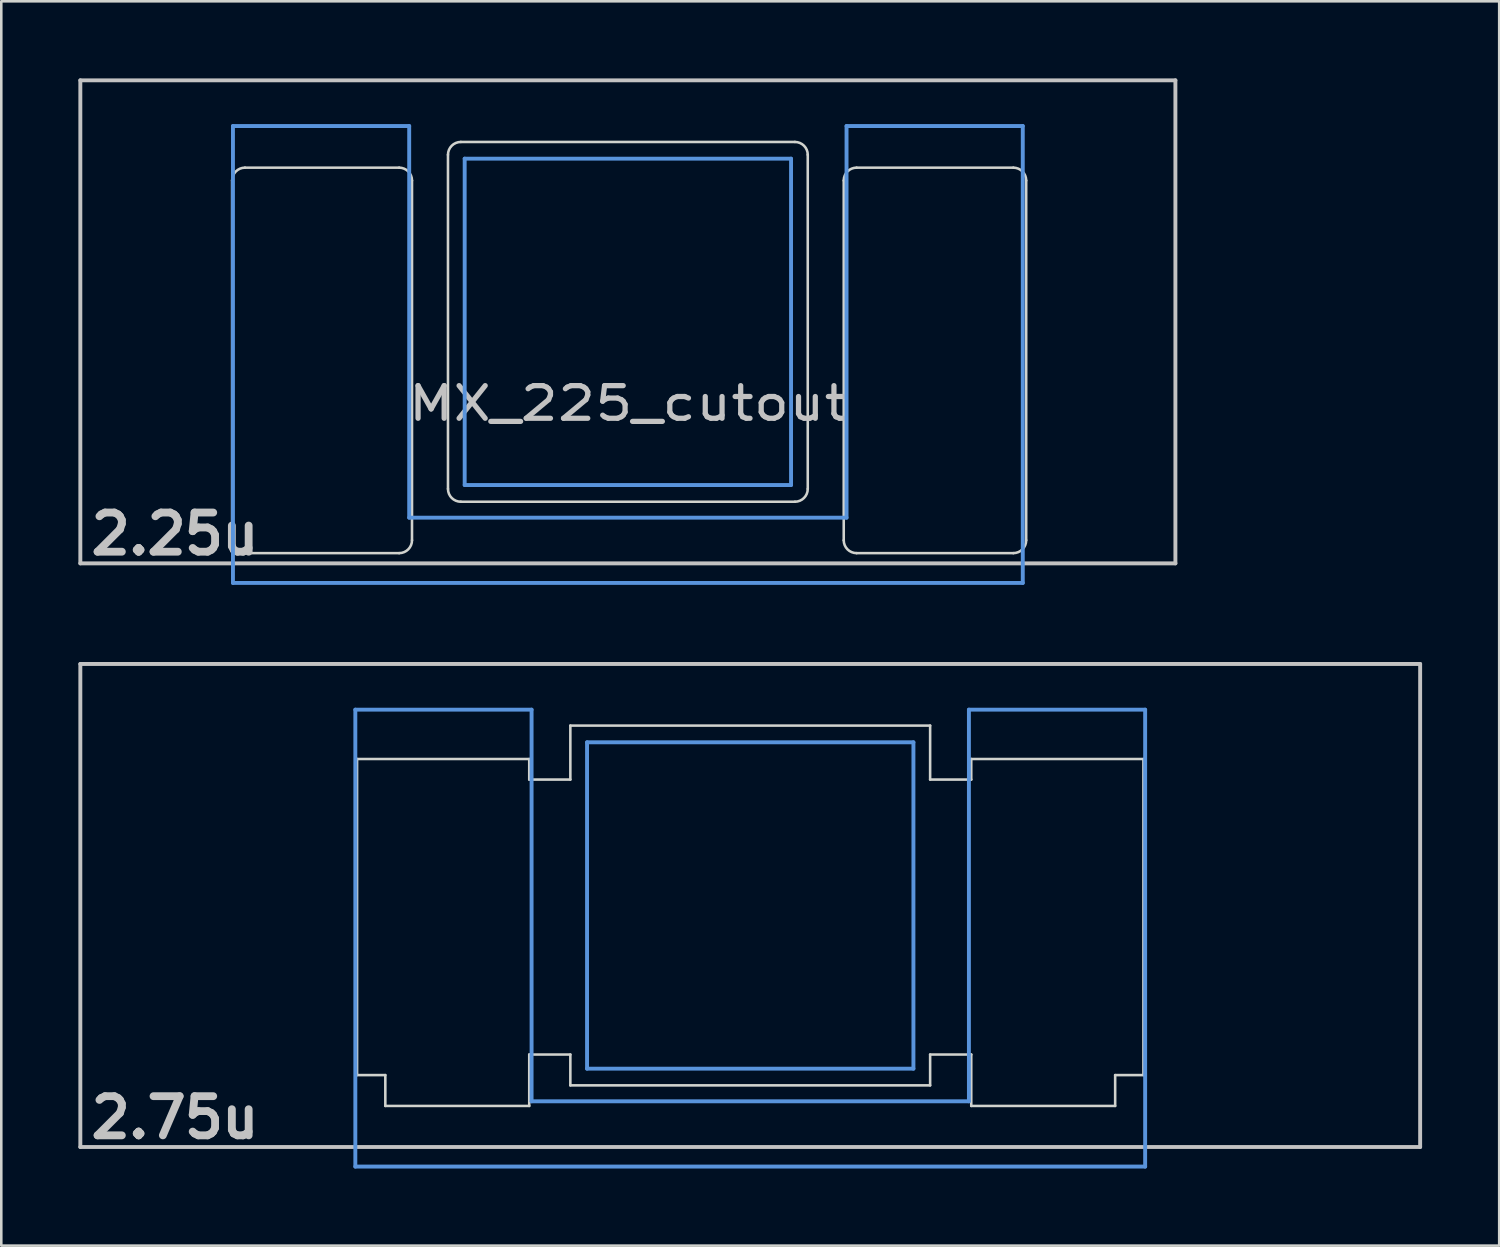
<source format=kicad_pcb>
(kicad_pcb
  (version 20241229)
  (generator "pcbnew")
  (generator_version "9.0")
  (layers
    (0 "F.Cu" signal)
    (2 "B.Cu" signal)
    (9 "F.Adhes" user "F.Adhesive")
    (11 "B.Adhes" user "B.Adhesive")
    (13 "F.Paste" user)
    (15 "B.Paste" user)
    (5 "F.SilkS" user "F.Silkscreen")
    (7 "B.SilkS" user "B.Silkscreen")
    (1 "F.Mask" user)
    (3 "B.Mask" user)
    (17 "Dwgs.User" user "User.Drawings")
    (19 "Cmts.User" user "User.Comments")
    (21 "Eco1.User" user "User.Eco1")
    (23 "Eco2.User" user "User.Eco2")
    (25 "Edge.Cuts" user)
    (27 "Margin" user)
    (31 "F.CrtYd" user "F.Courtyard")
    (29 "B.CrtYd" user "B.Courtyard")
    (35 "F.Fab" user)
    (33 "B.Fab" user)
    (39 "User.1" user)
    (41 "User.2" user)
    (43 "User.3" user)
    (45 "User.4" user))
  (footprint "MX_225_cutout"
    (layer "F.Cu")
    (at 21.382 9.474)
    (property "Reference" "MX_225_cutout" (at 0 3.175 0) (layer "Dwgs.User") (effects (font (size 1.27 1.524) (thickness 0.203))))
    (attr through_hole)
    (fp_line (start -21.306 -9.398) (end 21.306 -9.398) (stroke (width 0.152) (type solid)) (layer "Dwgs.User"))
    (fp_line (start -21.306 9.398) (end -21.306 -9.398) (stroke (width 0.152) (type solid)) (layer "Dwgs.User"))
    (fp_line (start 21.306 -9.398) (end 21.306 9.398) (stroke (width 0.152) (type solid)) (layer "Dwgs.User"))
    (fp_line (start 21.306 9.398) (end -21.306 9.398) (stroke (width 0.152) (type solid)) (layer "Dwgs.User"))
    (fp_line (start -15.367 -7.62) (end -15.367 10.16) (stroke (width 0.152) (type solid)) (layer "Cmts.User"))
    (fp_line (start -15.367 10.16) (end 15.367 10.16) (stroke (width 0.152) (type solid)) (layer "Cmts.User"))
    (fp_line (start -8.509 -7.62) (end -15.367 -7.62) (stroke (width 0.152) (type solid)) (layer "Cmts.User"))
    (fp_line (start -8.509 7.62) (end -8.509 -7.62) (stroke (width 0.152) (type solid)) (layer "Cmts.User"))
    (fp_line (start -6.35 -6.35) (end 6.35 -6.35) (stroke (width 0.152) (type solid)) (layer "Cmts.User"))
    (fp_line (start -6.35 6.35) (end -6.35 -6.35) (stroke (width 0.152) (type solid)) (layer "Cmts.User"))
    (fp_line (start 6.35 -6.35) (end 6.35 6.35) (stroke (width 0.152) (type solid)) (layer "Cmts.User"))
    (fp_line (start 6.35 6.35) (end -6.35 6.35) (stroke (width 0.152) (type solid)) (layer "Cmts.User"))
    (fp_line (start 8.509 -7.62) (end 8.509 7.62) (stroke (width 0.152) (type solid)) (layer "Cmts.User"))
    (fp_line (start 8.509 7.62) (end -8.509 7.62) (stroke (width 0.152) (type solid)) (layer "Cmts.User"))
    (fp_line (start 15.367 -7.62) (end 8.509 -7.62) (stroke (width 0.152) (type solid)) (layer "Cmts.User"))
    (fp_line (start 15.367 10.16) (end 15.367 -7.62) (stroke (width 0.152) (type solid)) (layer "Cmts.User"))
    (fp_line (start -16.129 -2.286) (end -15.265 -2.286) (stroke (width 0.152) (type solid)) (layer "Eco2.User"))
    (fp_line (start -16.129 0.508) (end -16.129 -2.286) (stroke (width 0.152) (type solid)) (layer "Eco2.User"))
    (fp_line (start -15.265 -5.69) (end -8.611 -5.69) (stroke (width 0.152) (type solid)) (layer "Eco2.User"))
    (fp_line (start -15.265 -2.286) (end -15.265 -5.69) (stroke (width 0.152) (type solid)) (layer "Eco2.User"))
    (fp_line (start -15.265 0.508) (end -16.129 0.508) (stroke (width 0.152) (type solid)) (layer "Eco2.User"))
    (fp_line (start -15.265 6.604) (end -15.265 0.508) (stroke (width 0.152) (type solid)) (layer "Eco2.User"))
    (fp_line (start -14.224 6.604) (end -15.265 6.604) (stroke (width 0.152) (type solid)) (layer "Eco2.User"))
    (fp_line (start -14.224 7.772) (end -14.224 6.604) (stroke (width 0.152) (type solid)) (layer "Eco2.User"))
    (fp_line (start -9.652 6.604) (end -9.652 7.772) (stroke (width 0.152) (type solid)) (layer "Eco2.User"))
    (fp_line (start -9.652 7.772) (end -14.224 7.772) (stroke (width 0.152) (type solid)) (layer "Eco2.User"))
    (fp_line (start -8.611 -5.69) (end -8.611 -4.877) (stroke (width 0.152) (type solid)) (layer "Eco2.User"))
    (fp_line (start -8.611 -4.877) (end -6.985 -4.877) (stroke (width 0.152) (type solid)) (layer "Eco2.User"))
    (fp_line (start -8.611 5.817) (end -8.611 6.604) (stroke (width 0.152) (type solid)) (layer "Eco2.User"))
    (fp_line (start -8.611 6.604) (end -9.652 6.604) (stroke (width 0.152) (type solid)) (layer "Eco2.User"))
    (fp_line (start -6.985 -6.985) (end 6.985 -6.985) (stroke (width 0.152) (type solid)) (layer "Eco2.User"))
    (fp_line (start -6.985 -4.877) (end -6.985 -6.985) (stroke (width 0.152) (type solid)) (layer "Eco2.User"))
    (fp_line (start -6.985 5.817) (end -8.611 5.817) (stroke (width 0.152) (type solid)) (layer "Eco2.User"))
    (fp_line (start -6.985 6.985) (end -6.985 5.817) (stroke (width 0.152) (type solid)) (layer "Eco2.User"))
    (fp_line (start 6.985 -6.985) (end 6.985 -4.877) (stroke (width 0.152) (type solid)) (layer "Eco2.User"))
    (fp_line (start 6.985 -4.877) (end 8.611 -4.877) (stroke (width 0.152) (type solid)) (layer "Eco2.User"))
    (fp_line (start 6.985 5.817) (end 6.985 6.985) (stroke (width 0.152) (type solid)) (layer "Eco2.User"))
    (fp_line (start 6.985 6.985) (end -6.985 6.985) (stroke (width 0.152) (type solid)) (layer "Eco2.User"))
    (fp_line (start 8.611 -5.69) (end 15.265 -5.69) (stroke (width 0.152) (type solid)) (layer "Eco2.User"))
    (fp_line (start 8.611 -4.877) (end 8.611 -5.69) (stroke (width 0.152) (type solid)) (layer "Eco2.User"))
    (fp_line (start 8.611 5.817) (end 6.985 5.817) (stroke (width 0.152) (type solid)) (layer "Eco2.User"))
    (fp_line (start 8.611 6.604) (end 8.611 5.817) (stroke (width 0.152) (type solid)) (layer "Eco2.User"))
    (fp_line (start 9.652 6.604) (end 8.611 6.604) (stroke (width 0.152) (type solid)) (layer "Eco2.User"))
    (fp_line (start 9.652 7.772) (end 9.652 6.604) (stroke (width 0.152) (type solid)) (layer "Eco2.User"))
    (fp_line (start 14.224 6.604) (end 14.224 7.772) (stroke (width 0.152) (type solid)) (layer "Eco2.User"))
    (fp_line (start 14.224 7.772) (end 9.652 7.772) (stroke (width 0.152) (type solid)) (layer "Eco2.User"))
    (fp_line (start 15.265 -5.69) (end 15.265 -2.286) (stroke (width 0.152) (type solid)) (layer "Eco2.User"))
    (fp_line (start 15.265 -2.286) (end 16.129 -2.286) (stroke (width 0.152) (type solid)) (layer "Eco2.User"))
    (fp_line (start 15.265 0.508) (end 15.265 6.604) (stroke (width 0.152) (type solid)) (layer "Eco2.User"))
    (fp_line (start 15.265 6.604) (end 14.224 6.604) (stroke (width 0.152) (type solid)) (layer "Eco2.User"))
    (fp_line (start 16.129 -2.286) (end 16.129 0.508) (stroke (width 0.152) (type solid)) (layer "Eco2.User"))
    (fp_line (start 16.129 0.508) (end 15.265 0.508) (stroke (width 0.152) (type solid)) (layer "Eco2.User"))
    (fp_line (start -15.4 -5.5) (end -15.4 8.5) (stroke (width 0.1) (type solid)) (layer "Edge.Cuts"))
    (fp_line (start -14.9 9) (end -8.9 9) (stroke (width 0.1) (type solid)) (layer "Edge.Cuts"))
    (fp_line (start -8.9 -6) (end -14.9 -6) (stroke (width 0.1) (type solid)) (layer "Edge.Cuts"))
    (fp_line (start -8.4 -5.5) (end -8.4 8.5) (stroke (width 0.1) (type solid)) (layer "Edge.Cuts"))
    (fp_line (start -7 -6.5) (end -7 6.5) (stroke (width 0.1) (type solid)) (layer "Edge.Cuts"))
    (fp_line (start -6.5 7) (end 6.5 7) (stroke (width 0.1) (type solid)) (layer "Edge.Cuts"))
    (fp_line (start 6.5 -7) (end -6.5 -7) (stroke (width 0.1) (type solid)) (layer "Edge.Cuts"))
    (fp_line (start 7 -6.5) (end 7 6.5) (stroke (width 0.1) (type solid)) (layer "Edge.Cuts"))
    (fp_line (start 8.4 -5.5) (end 8.4 8.5) (stroke (width 0.1) (type solid)) (layer "Edge.Cuts"))
    (fp_line (start 8.9 9) (end 15 9) (stroke (width 0.1) (type solid)) (layer "Edge.Cuts"))
    (fp_line (start 15 -6) (end 8.9 -6) (stroke (width 0.1) (type solid)) (layer "Edge.Cuts"))
    (fp_line (start 15.5 8.5) (end 15.5 -5.5) (stroke (width 0.1) (type solid)) (layer "Edge.Cuts"))
    (fp_arc (start -15.400002 -5.500002) (mid -15.253555 -5.853555) (end -14.900002 -6.000002) (stroke (width 0.1) (type solid)) (layer "Edge.Cuts"))
    (fp_arc (start -14.9 9) (mid -15.253553 8.853553) (end -15.4 8.5) (stroke (width 0.1) (type solid)) (layer "Edge.Cuts"))
    (fp_arc (start -8.899999 -6.000001) (mid -8.546446 -5.853554) (end -8.399999 -5.500001) (stroke (width 0.1) (type solid)) (layer "Edge.Cuts"))
    (fp_arc (start -8.399999 8.500001) (mid -8.546446 8.853554) (end -8.899999 9.000001) (stroke (width 0.1) (type solid)) (layer "Edge.Cuts"))
    (fp_arc (start -7.000001 -6.500001) (mid -6.853554 -6.853554) (end -6.500001 -7.000001) (stroke (width 0.1) (type solid)) (layer "Edge.Cuts"))
    (fp_arc (start -6.500001 7.000001) (mid -6.853554 6.853554) (end -7.000001 6.500001) (stroke (width 0.1) (type solid)) (layer "Edge.Cuts"))
    (fp_arc (start 6.5 -7) (mid 6.853553 -6.853553) (end 7 -6.5) (stroke (width 0.1) (type solid)) (layer "Edge.Cuts"))
    (fp_arc (start 7.000001 6.500001) (mid 6.853554 6.853554) (end 6.500001 7.000001) (stroke (width 0.1) (type solid)) (layer "Edge.Cuts"))
    (fp_arc (start 8.4 -5.5) (mid 8.546447 -5.853553) (end 8.9 -6) (stroke (width 0.1) (type solid)) (layer "Edge.Cuts"))
    (fp_arc (start 8.900002 9.000002) (mid 8.546449 8.853555) (end 8.400002 8.500002) (stroke (width 0.1) (type solid)) (layer "Edge.Cuts"))
    (fp_arc (start 15 -6.000001) (mid 15.353553 -5.853554) (end 15.5 -5.500001) (stroke (width 0.1) (type solid)) (layer "Edge.Cuts"))
    (fp_arc (start 15.5 8.5) (mid 15.353553 8.853553) (end 15 9) (stroke (width 0.1) (type solid)) (layer "Edge.Cuts"))
    (fp_text user "2.25u" (at -17.623 8.255 0) (layer "Dwgs.User") (effects (font (size 1.524 1.524) (thickness 0.305)))))
  (footprint "MX_275_cutout"
    (layer "F.Cu")
    (at 26.144 32.185)
    (property "Reference" "MX_275_cutout" (at 0 3.175 0) (layer "User.2") (effects (font (size 1.27 1.524) (thickness 0.203))))
    (attr through_hole)
    (fp_line (start -26.068 -9.398) (end 26.068 -9.398) (stroke (width 0.152) (type solid)) (layer "Dwgs.User"))
    (fp_line (start -26.068 9.398) (end -26.068 -9.398) (stroke (width 0.152) (type solid)) (layer "Dwgs.User"))
    (fp_line (start 26.068 -9.398) (end 26.068 9.398) (stroke (width 0.152) (type solid)) (layer "Dwgs.User"))
    (fp_line (start 26.068 9.398) (end -26.068 9.398) (stroke (width 0.152) (type solid)) (layer "Dwgs.User"))
    (fp_line (start -15.367 -7.62) (end -15.367 10.16) (stroke (width 0.152) (type solid)) (layer "Cmts.User"))
    (fp_line (start -15.367 10.16) (end 15.367 10.16) (stroke (width 0.152) (type solid)) (layer "Cmts.User"))
    (fp_line (start -8.509 -7.62) (end -15.367 -7.62) (stroke (width 0.152) (type solid)) (layer "Cmts.User"))
    (fp_line (start -8.509 7.62) (end -8.509 -7.62) (stroke (width 0.152) (type solid)) (layer "Cmts.User"))
    (fp_line (start -6.35 -6.35) (end 6.35 -6.35) (stroke (width 0.152) (type solid)) (layer "Cmts.User"))
    (fp_line (start -6.35 6.35) (end -6.35 -6.35) (stroke (width 0.152) (type solid)) (layer "Cmts.User"))
    (fp_line (start 6.35 -6.35) (end 6.35 6.35) (stroke (width 0.152) (type solid)) (layer "Cmts.User"))
    (fp_line (start 6.35 6.35) (end -6.35 6.35) (stroke (width 0.152) (type solid)) (layer "Cmts.User"))
    (fp_line (start 8.509 -7.62) (end 8.509 7.62) (stroke (width 0.152) (type solid)) (layer "Cmts.User"))
    (fp_line (start 8.509 7.62) (end -8.509 7.62) (stroke (width 0.152) (type solid)) (layer "Cmts.User"))
    (fp_line (start 15.367 -7.62) (end 8.509 -7.62) (stroke (width 0.152) (type solid)) (layer "Cmts.User"))
    (fp_line (start 15.367 10.16) (end 15.367 -7.62) (stroke (width 0.152) (type solid)) (layer "Cmts.User"))
    (fp_line (start -16.129 -2.286) (end -15.265 -2.286) (stroke (width 0.152) (type solid)) (layer "Eco2.User"))
    (fp_line (start -16.129 0.508) (end -16.129 -2.286) (stroke (width 0.152) (type solid)) (layer "Eco2.User"))
    (fp_line (start -15.265 -5.69) (end -8.611 -5.69) (stroke (width 0.152) (type solid)) (layer "Eco2.User"))
    (fp_line (start -15.265 -2.286) (end -15.265 -5.69) (stroke (width 0.152) (type solid)) (layer "Eco2.User"))
    (fp_line (start -15.265 0.508) (end -16.129 0.508) (stroke (width 0.152) (type solid)) (layer "Eco2.User"))
    (fp_line (start -15.265 6.604) (end -15.265 0.508) (stroke (width 0.152) (type solid)) (layer "Eco2.User"))
    (fp_line (start -14.224 6.604) (end -15.265 6.604) (stroke (width 0.152) (type solid)) (layer "Eco2.User"))
    (fp_line (start -14.224 7.772) (end -14.224 6.604) (stroke (width 0.152) (type solid)) (layer "Eco2.User"))
    (fp_line (start -9.652 6.604) (end -9.652 7.772) (stroke (width 0.152) (type solid)) (layer "Eco2.User"))
    (fp_line (start -9.652 7.772) (end -14.224 7.772) (stroke (width 0.152) (type solid)) (layer "Eco2.User"))
    (fp_line (start -8.611 -5.69) (end -8.611 -4.877) (stroke (width 0.152) (type solid)) (layer "Eco2.User"))
    (fp_line (start -8.611 -4.877) (end -6.985 -4.877) (stroke (width 0.152) (type solid)) (layer "Eco2.User"))
    (fp_line (start -8.611 5.817) (end -8.611 6.604) (stroke (width 0.152) (type solid)) (layer "Eco2.User"))
    (fp_line (start -8.611 6.604) (end -9.652 6.604) (stroke (width 0.152) (type solid)) (layer "Eco2.User"))
    (fp_line (start -6.985 -6.985) (end 6.985 -6.985) (stroke (width 0.152) (type solid)) (layer "Eco2.User"))
    (fp_line (start -6.985 -4.877) (end -6.985 -6.985) (stroke (width 0.152) (type solid)) (layer "Eco2.User"))
    (fp_line (start -6.985 5.817) (end -8.611 5.817) (stroke (width 0.152) (type solid)) (layer "Eco2.User"))
    (fp_line (start -6.985 6.985) (end -6.985 5.817) (stroke (width 0.152) (type solid)) (layer "Eco2.User"))
    (fp_line (start 6.985 -6.985) (end 6.985 -4.877) (stroke (width 0.152) (type solid)) (layer "Eco2.User"))
    (fp_line (start 6.985 -4.877) (end 8.611 -4.877) (stroke (width 0.152) (type solid)) (layer "Eco2.User"))
    (fp_line (start 6.985 5.817) (end 6.985 6.985) (stroke (width 0.152) (type solid)) (layer "Eco2.User"))
    (fp_line (start 6.985 6.985) (end -6.985 6.985) (stroke (width 0.152) (type solid)) (layer "Eco2.User"))
    (fp_line (start 8.611 -5.69) (end 15.265 -5.69) (stroke (width 0.152) (type solid)) (layer "Eco2.User"))
    (fp_line (start 8.611 -4.877) (end 8.611 -5.69) (stroke (width 0.152) (type solid)) (layer "Eco2.User"))
    (fp_line (start 8.611 5.817) (end 6.985 5.817) (stroke (width 0.152) (type solid)) (layer "Eco2.User"))
    (fp_line (start 8.611 6.604) (end 8.611 5.817) (stroke (width 0.152) (type solid)) (layer "Eco2.User"))
    (fp_line (start 9.652 6.604) (end 8.611 6.604) (stroke (width 0.152) (type solid)) (layer "Eco2.User"))
    (fp_line (start 9.652 7.772) (end 9.652 6.604) (stroke (width 0.152) (type solid)) (layer "Eco2.User"))
    (fp_line (start 14.224 6.604) (end 14.224 7.772) (stroke (width 0.152) (type solid)) (layer "Eco2.User"))
    (fp_line (start 14.224 7.772) (end 9.652 7.772) (stroke (width 0.152) (type solid)) (layer "Eco2.User"))
    (fp_line (start 15.265 -5.69) (end 15.265 -2.286) (stroke (width 0.152) (type solid)) (layer "Eco2.User"))
    (fp_line (start 15.265 -2.286) (end 16.129 -2.286) (stroke (width 0.152) (type solid)) (layer "Eco2.User"))
    (fp_line (start 15.265 0.508) (end 15.265 6.604) (stroke (width 0.152) (type solid)) (layer "Eco2.User"))
    (fp_line (start 15.265 6.604) (end 14.224 6.604) (stroke (width 0.152) (type solid)) (layer "Eco2.User"))
    (fp_line (start 16.129 -2.286) (end 16.129 0.508) (stroke (width 0.152) (type solid)) (layer "Eco2.User"))
    (fp_line (start 16.129 0.508) (end 15.265 0.508) (stroke (width 0.152) (type solid)) (layer "Eco2.User"))
    (fp_line (start -15.3 -5.7) (end -15.3 6.6) (stroke (width 0.1) (type solid)) (layer "Edge.Cuts"))
    (fp_line (start -15.3 6.6) (end -14.2 6.6) (stroke (width 0.1) (type solid)) (layer "Edge.Cuts"))
    (fp_line (start -14.2 6.6) (end -14.2 7.8) (stroke (width 0.1) (type solid)) (layer "Edge.Cuts"))
    (fp_line (start -14.2 7.8) (end -8.6 7.8) (stroke (width 0.1) (type solid)) (layer "Edge.Cuts"))
    (fp_line (start -8.6 -5.7) (end -15.3 -5.7) (stroke (width 0.1) (type solid)) (layer "Edge.Cuts"))
    (fp_line (start -8.6 -4.9) (end -8.6 -5.7) (stroke (width 0.1) (type solid)) (layer "Edge.Cuts"))
    (fp_line (start -8.6 5.8) (end -7 5.8) (stroke (width 0.1) (type solid)) (layer "Edge.Cuts"))
    (fp_line (start -8.6 7.8) (end -8.6 5.8) (stroke (width 0.1) (type solid)) (layer "Edge.Cuts"))
    (fp_line (start -7 -7) (end -7 -4.9) (stroke (width 0.1) (type solid)) (layer "Edge.Cuts"))
    (fp_line (start -7 -4.9) (end -8.6 -4.9) (stroke (width 0.1) (type solid)) (layer "Edge.Cuts"))
    (fp_line (start -7 5.8) (end -7 7) (stroke (width 0.1) (type solid)) (layer "Edge.Cuts"))
    (fp_line (start -7 7) (end 7 7) (stroke (width 0.1) (type solid)) (layer "Edge.Cuts"))
    (fp_line (start 7 -7) (end -7 -7) (stroke (width 0.1) (type solid)) (layer "Edge.Cuts"))
    (fp_line (start 7 -4.9) (end 7 -7) (stroke (width 0.1) (type solid)) (layer "Edge.Cuts"))
    (fp_line (start 7 5.8) (end 8.6 5.8) (stroke (width 0.1) (type solid)) (layer "Edge.Cuts"))
    (fp_line (start 7 7) (end 7 5.8) (stroke (width 0.1) (type solid)) (layer "Edge.Cuts"))
    (fp_line (start 8.6 -5.7) (end 8.6 -4.9) (stroke (width 0.1) (type solid)) (layer "Edge.Cuts"))
    (fp_line (start 8.6 -4.9) (end 7 -4.9) (stroke (width 0.1) (type solid)) (layer "Edge.Cuts"))
    (fp_line (start 8.6 5.8) (end 8.6 7.8) (stroke (width 0.1) (type solid)) (layer "Edge.Cuts"))
    (fp_line (start 8.6 7.8) (end 14.2 7.8) (stroke (width 0.1) (type solid)) (layer "Edge.Cuts"))
    (fp_line (start 14.2 6.6) (end 15.3 6.6) (stroke (width 0.1) (type solid)) (layer "Edge.Cuts"))
    (fp_line (start 14.2 7.8) (end 14.2 6.6) (stroke (width 0.1) (type solid)) (layer "Edge.Cuts"))
    (fp_line (start 15.3 -5.7) (end 8.6 -5.7) (stroke (width 0.1) (type solid)) (layer "Edge.Cuts"))
    (fp_line (start 15.3 6.6) (end 15.3 -5.7) (stroke (width 0.1) (type solid)) (layer "Edge.Cuts"))
    (fp_text user "2.75u" (at -22.385 8.255 0) (layer "Dwgs.User") (effects (font (size 1.524 1.524) (thickness 0.305)))))
  (gr_rect
    (start -3 -3)
    (end 55.288 45.421)
    (stroke (width 0.1) (type default))
    (fill no)
    (layer "Edge.Cuts")))
</source>
